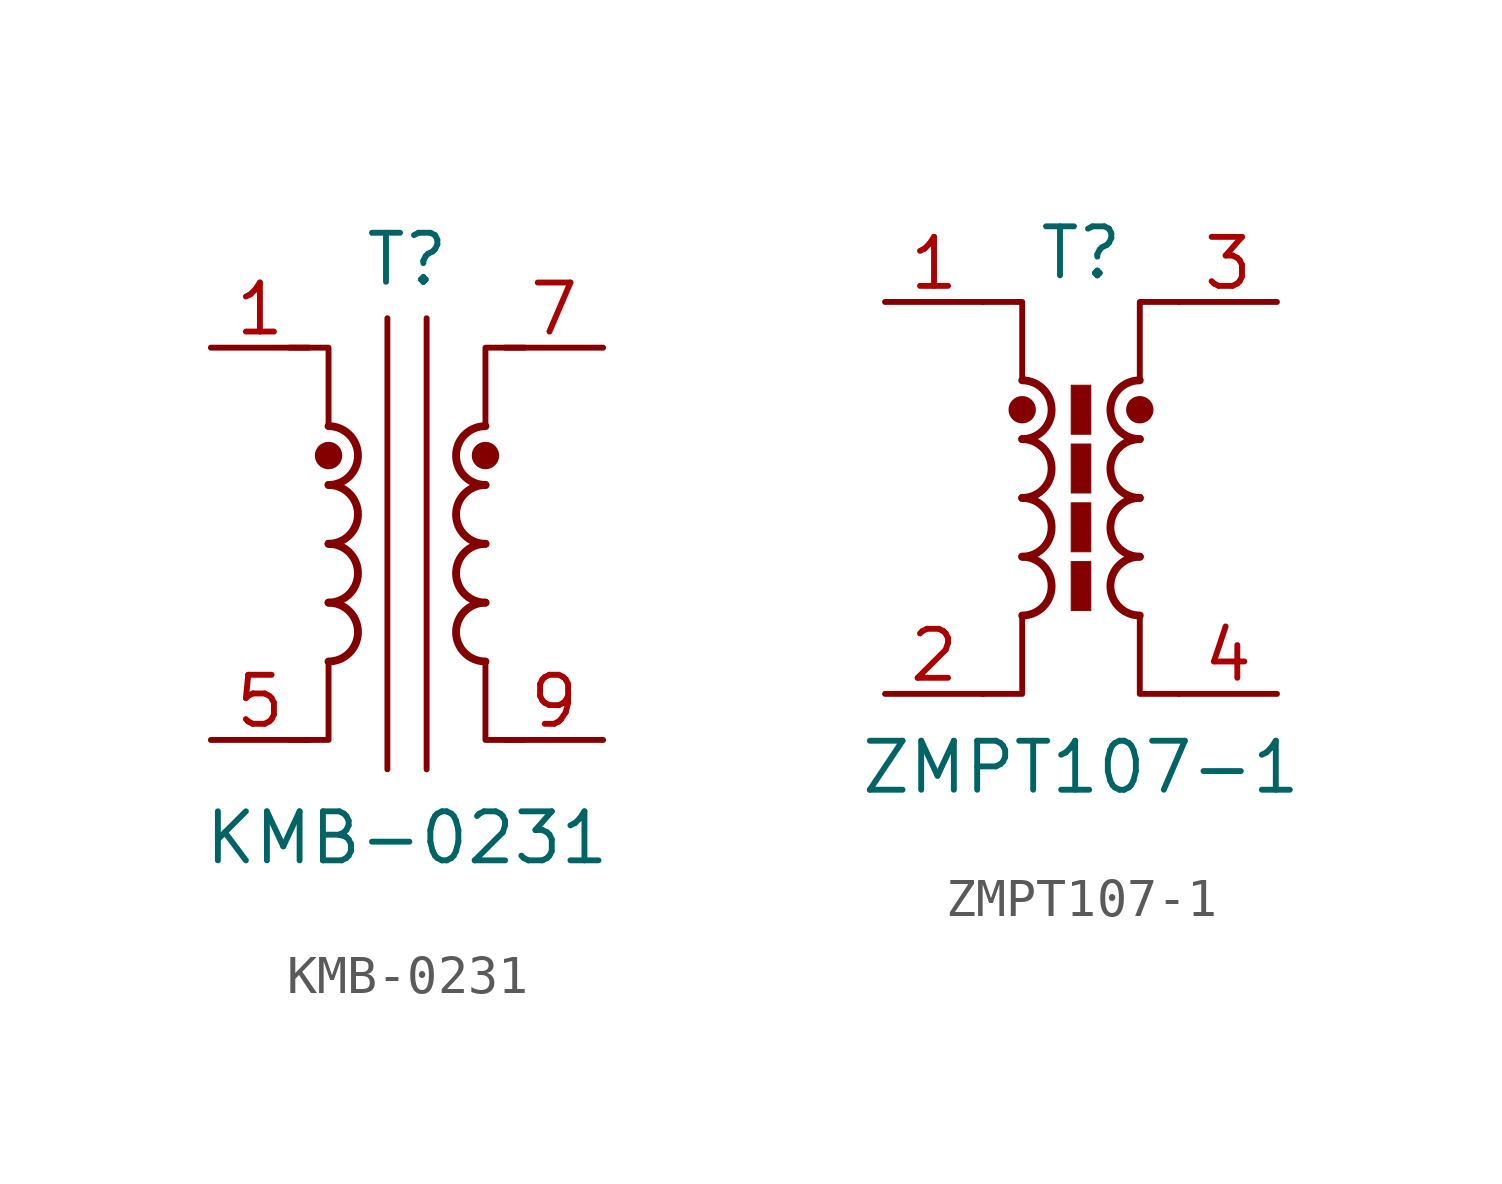
<source format=kicad_sym>
(kicad_symbol_lib
  (version 20211014)
  (generator kicad_symbol_editor)
  (symbol "KMB-0231"
    (pin_names
      (offset 1.016))
    (property "Reference" "T"
      (at 0 7.366 0)
      (effects (font (size 1.27 1.27))))
    (property "Value" "KMB-0231"
      (at 0 -7.62 0)
      (effects (font (size 1.27 1.27))))
    (symbol "KMB-0231_0_1"
      (polyline (pts (xy 0.508 5.842) (xy 0.508 -5.842)) (stroke (width 0) (type default) (color 0 0 0 0)) (fill (type none))))
    (symbol "KMB-0231_1_1"
      (arc (start -2.032 -3.048) (mid -1.27 -2.286) (end -2.032 -1.524) (stroke (width 0.2032) (type default) (color 0 0 0 0)) (fill (type none)))
      (arc (start -2.032 -1.524) (mid -1.27 -0.762) (end -2.032 0) (stroke (width 0.2032) (type default) (color 0 0 0 0)) (fill (type none)))
      (arc (start -2.032 0) (mid -1.27 0.762) (end -2.032 1.524) (stroke (width 0.2032) (type default) (color 0 0 0 0)) (fill (type none)))
      (arc (start -2.032 1.524) (mid -1.27 2.286) (end -2.032 3.048) (stroke (width 0.2032) (type default) (color 0 0 0 0)) (fill (type none)))
      (circle (center -2.032 2.286) (radius 0.279) (stroke (width 0) (type default) (color 0 0 0 0)) (fill (type outline)))
      (polyline (pts (xy -0.508 5.842) (xy -0.508 -5.842)) (stroke (width 0) (type default) (color 0 0 0 0)) (fill (type none)))
      (polyline (pts (xy -3.048 5.08) (xy -2.032 5.08) (xy -2.032 3.048) (xy -2.032 3.048)) (stroke (width 0.152) (type default) (color 0 0 0 0)) (fill (type none)))
      (polyline (pts (xy -2.032 -3.048) (xy -2.032 -5.08) (xy -3.048 -5.08) (xy -3.048 -5.08)) (stroke (width 0.152) (type default) (color 0 0 0 0)) (fill (type none)))
      (polyline (pts (xy 2.032 3.048) (xy 2.032 5.08) (xy 3.048 5.08) (xy 3.048 5.08)) (stroke (width 0.152) (type default) (color 0 0 0 0)) (fill (type none)))
      (polyline (pts (xy 3.048 -5.08) (xy 2.032 -5.08) (xy 2.032 -3.048) (xy 2.032 -3.048)) (stroke (width 0.152) (type default) (color 0 0 0 0)) (fill (type none)))
      (arc (start 2.032 -1.524) (mid 1.27 -2.286) (end 2.032 -3.048) (stroke (width 0.2032) (type default) (color 0 0 0 0)) (fill (type none)))
      (arc (start 2.032 0) (mid 1.27 -0.762) (end 2.032 -1.524) (stroke (width 0.2032) (type default) (color 0 0 0 0)) (fill (type none)))
      (arc (start 2.032 1.524) (mid 1.27 0.762) (end 2.032 0) (stroke (width 0.2032) (type default) (color 0 0 0 0)) (fill (type none)))
      (circle (center 2.032 2.286) (radius 0.279) (stroke (width 0) (type default) (color 0 0 0 0)) (fill (type outline)))
      (arc (start 2.032 3.048) (mid 1.27 2.286) (end 2.032 1.524) (stroke (width 0.2032) (type default) (color 0 0 0 0)) (fill (type none)))
      (pin passive line (at -5.08 5.08 0) (length 2.54) (name "~" (effects (font (size 1.27 1.27)))) (number "1" (effects (font (size 1.27 1.27)))))
      (pin passive line (at -5.08 -5.08 0) (length 2.54) (name "~" (effects (font (size 1.27 1.27)))) (number "5" (effects (font (size 1.27 1.27)))))
      (pin passive line (at 5.08 5.08 180) (length 2.54) (name "~" (effects (font (size 1.27 1.27)))) (number "7" (effects (font (size 1.27 1.27)))))
      (pin passive line (at 5.08 -5.08 180) (length 2.54) (name "~" (effects (font (size 1.27 1.27)))) (number "9" (effects (font (size 1.27 1.27)))))))
  (symbol "ZMPT107-1"
    (pin_names
      (offset 1.016))
    (property "Reference" "T"
      (at 0 6.35 0)
      (effects (font (size 1.27 1.27))))
    (property "Value" "ZMPT107-1"
      (at 0 -6.985 0)
      (effects (font (size 1.27 1.27))))
    (symbol "ZMPT107-1_0_1"
      (circle (center 1.524 2.286) (radius 0.279) (stroke (width 0) (type default) (color 0 0 0 0)) (fill (type outline))))
    (symbol "ZMPT107-1_1_1"
      (arc (start -1.524 -3.048) (mid -0.762 -2.286) (end -1.524 -1.524) (stroke (width 0.2032) (type default) (color 0 0 0 0)) (fill (type none)))
      (arc (start -1.524 -1.524) (mid -0.762 -0.762) (end -1.524 0) (stroke (width 0.2032) (type default) (color 0 0 0 0)) (fill (type none)))
      (arc (start -1.524 0) (mid -0.762 0.762) (end -1.524 1.524) (stroke (width 0.2032) (type default) (color 0 0 0 0)) (fill (type none)))
      (arc (start -1.524 1.524) (mid -0.762 2.286) (end -1.524 3.048) (stroke (width 0.2032) (type default) (color 0 0 0 0)) (fill (type none)))
      (circle (center -1.524 2.286) (radius 0.279) (stroke (width 0) (type default) (color 0 0 0 0)) (fill (type outline)))
      (rectangle (start -0.254 -1.651) (end 0.254 -2.921) (stroke (width 0.025) (type default) (color 0 0 0 0)) (fill (type outline)))
      (rectangle (start -0.254 -0.127) (end 0.254 -1.397) (stroke (width 0.025) (type default) (color 0 0 0 0)) (fill (type outline)))
      (rectangle (start -0.254 1.397) (end 0.254 0.127) (stroke (width 0.025) (type default) (color 0 0 0 0)) (fill (type outline)))
      (rectangle (start -0.254 2.921) (end 0.254 1.651) (stroke (width 0.025) (type default) (color 0 0 0 0)) (fill (type outline)))
      (polyline (pts (xy -2.54 5.08) (xy -1.524 5.08) (xy -1.524 3.048) (xy -1.524 3.048)) (stroke (width 0.152) (type default) (color 0 0 0 0)) (fill (type none)))
      (polyline (pts (xy -1.524 -3.048) (xy -1.524 -5.08) (xy -2.54 -5.08) (xy -2.54 -5.08)) (stroke (width 0.152) (type default) (color 0 0 0 0)) (fill (type none)))
      (polyline (pts (xy 1.524 3.048) (xy 1.524 5.08) (xy 2.54 5.08) (xy 2.54 5.08)) (stroke (width 0.152) (type default) (color 0 0 0 0)) (fill (type none)))
      (polyline (pts (xy 2.54 -5.08) (xy 1.524 -5.08) (xy 1.524 -3.048) (xy 1.524 -3.048)) (stroke (width 0.152) (type default) (color 0 0 0 0)) (fill (type none)))
      (arc (start 1.524 -1.524) (mid 0.762 -2.286) (end 1.524 -3.048) (stroke (width 0.2032) (type default) (color 0 0 0 0)) (fill (type none)))
      (arc (start 1.524 0) (mid 0.762 -0.762) (end 1.524 -1.524) (stroke (width 0.2032) (type default) (color 0 0 0 0)) (fill (type none)))
      (arc (start 1.524 1.524) (mid 0.762 0.762) (end 1.524 0) (stroke (width 0.2032) (type default) (color 0 0 0 0)) (fill (type none)))
      (arc (start 1.524 3.048) (mid 0.762 2.286) (end 1.524 1.524) (stroke (width 0.2032) (type default) (color 0 0 0 0)) (fill (type none)))
      (pin passive line (at -5.08 5.08 0) (length 2.54) (name "~" (effects (font (size 1.27 1.27)))) (number "1" (effects (font (size 1.27 1.27)))))
      (pin passive line (at -5.08 -5.08 0) (length 2.54) (name "~" (effects (font (size 1.27 1.27)))) (number "2" (effects (font (size 1.27 1.27)))))
      (pin passive line (at 5.08 5.08 180) (length 2.54) (name "~" (effects (font (size 1.27 1.27)))) (number "3" (effects (font (size 1.27 1.27)))))
      (pin passive line (at 5.08 -5.08 180) (length 2.54) (name "~" (effects (font (size 1.27 1.27)))) (number "4" (effects (font (size 1.27 1.27))))))))
</source>
